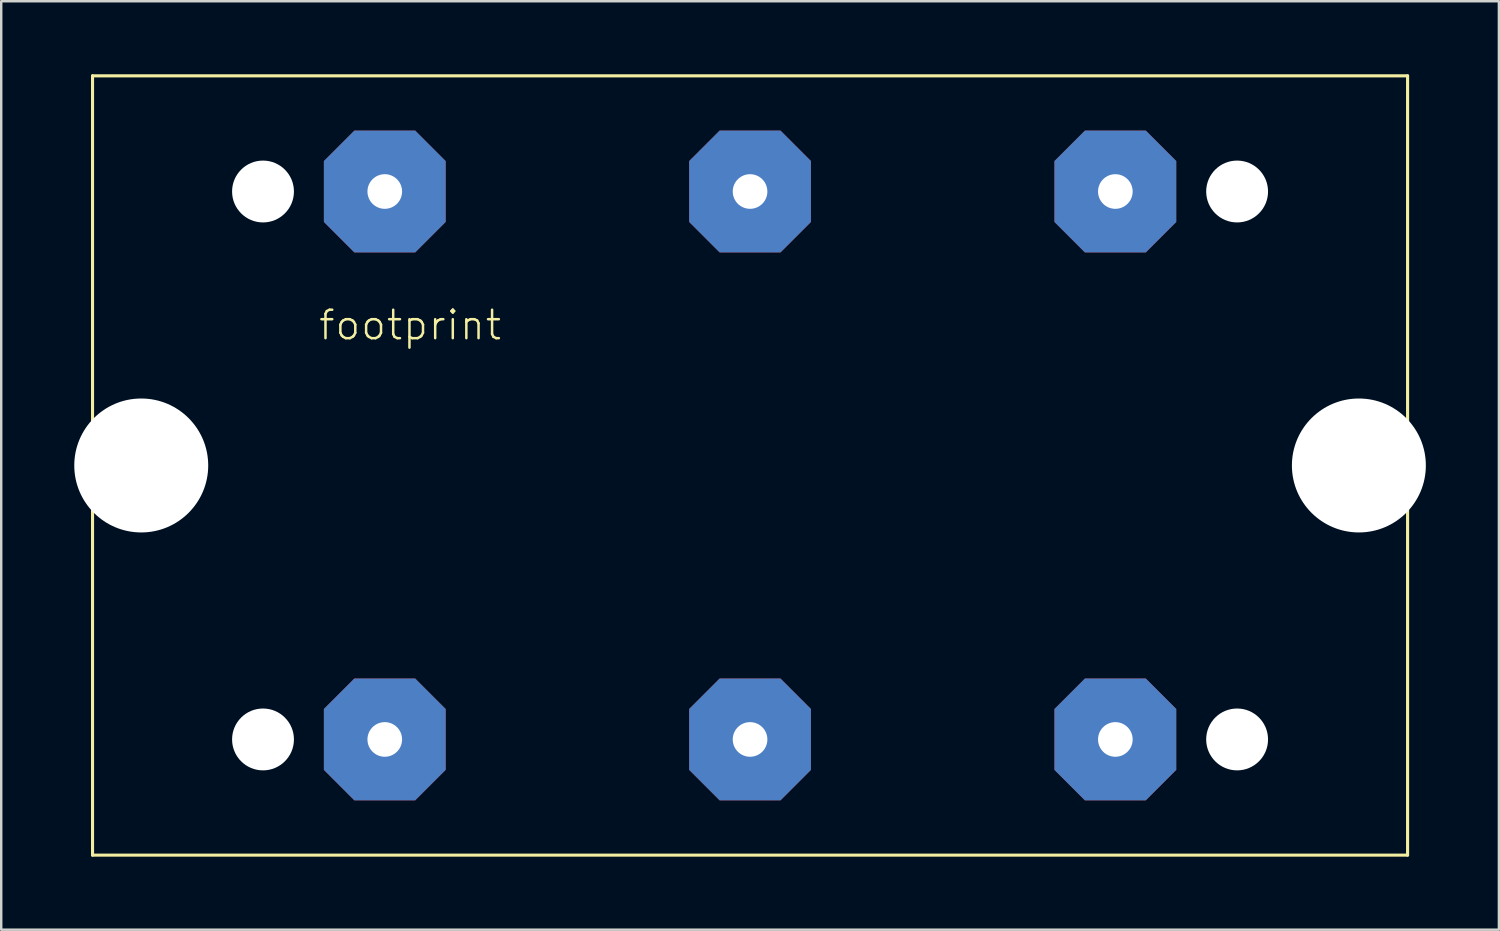
<source format=kicad_pcb>
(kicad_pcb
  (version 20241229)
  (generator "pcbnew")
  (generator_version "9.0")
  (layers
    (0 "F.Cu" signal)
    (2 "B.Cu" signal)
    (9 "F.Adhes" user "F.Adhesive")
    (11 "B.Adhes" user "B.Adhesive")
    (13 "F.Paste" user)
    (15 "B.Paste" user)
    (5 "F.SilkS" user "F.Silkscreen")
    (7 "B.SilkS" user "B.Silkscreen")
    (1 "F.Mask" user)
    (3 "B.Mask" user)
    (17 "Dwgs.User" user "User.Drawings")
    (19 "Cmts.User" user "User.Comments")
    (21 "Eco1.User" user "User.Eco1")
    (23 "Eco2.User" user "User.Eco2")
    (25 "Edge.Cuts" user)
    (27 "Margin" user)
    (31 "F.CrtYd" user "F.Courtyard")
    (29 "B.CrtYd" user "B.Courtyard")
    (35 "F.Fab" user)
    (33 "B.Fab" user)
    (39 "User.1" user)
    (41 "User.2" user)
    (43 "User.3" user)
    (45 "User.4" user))
  (footprint "footprint"
    (layer "F.Cu")
    (at 27.75 16.064)
    (property "Reference" "footprint" (at -17.78 -5.08 0) (layer "F.SilkS") (effects (font (size 1.168 1.168) (thickness 0.102)) (justify left bottom)))
    (fp_line (start -27 -16) (end 27 -16) (stroke (width 0.127) (type solid)) (layer "F.SilkS"))
    (fp_line (start -27 16) (end -27 -16) (stroke (width 0.127) (type solid)) (layer "F.SilkS"))
    (fp_line (start 27 -16) (end 27 16) (stroke (width 0.127) (type solid)) (layer "F.SilkS"))
    (fp_line (start 27 16) (end -27 16) (stroke (width 0.127) (type solid)) (layer "F.SilkS"))
    (pad "" np_thru_hole circle (at -25 0) (size 5.5 5.5) (drill 5.5) (layers "*.Cu" "*.Mask"))
    (pad "" np_thru_hole circle (at -20 -11.25) (size 2.54 2.54) (drill 2.54) (layers "*.Cu" "*.Mask"))
    (pad "" np_thru_hole circle (at -20 11.25) (size 2.54 2.54) (drill 2.54) (layers "*.Cu" "*.Mask"))
    (pad "" np_thru_hole circle (at 20 -11.25) (size 2.54 2.54) (drill 2.54) (layers "*.Cu" "*.Mask"))
    (pad "" np_thru_hole circle (at 20 11.25) (size 2.54 2.54) (drill 2.54) (layers "*.Cu" "*.Mask"))
    (pad "" np_thru_hole circle (at 25 0) (size 5.5 5.5) (drill 5.5) (layers "*.Cu" "*.Mask"))
    (pad "1" thru_hole roundrect (at 15 -11.25) (size 5 5) (drill 1.422) (layers "*.Cu" "*.Mask") (roundrect_rratio 0.25) (chamfer_ratio 0.25) (chamfer top_left top_right bottom_left bottom_right))
    (pad "2" thru_hole roundrect (at 15 11.25) (size 5 5) (drill 1.422) (layers "*.Cu" "*.Mask") (roundrect_rratio 0.25) (chamfer_ratio 0.25) (chamfer top_left top_right bottom_left bottom_right))
    (pad "3" thru_hole roundrect (at -15 -11.25) (size 5 5) (drill 1.422) (layers "*.Cu" "*.Mask") (roundrect_rratio 0.25) (chamfer_ratio 0.25) (chamfer top_left top_right bottom_left bottom_right))
    (pad "4" thru_hole roundrect (at -15 11.25) (size 5 5) (drill 1.422) (layers "*.Cu" "*.Mask") (roundrect_rratio 0.25) (chamfer_ratio 0.25) (chamfer top_left top_right bottom_left bottom_right))
    (pad "5" thru_hole roundrect (at 0 -11.25) (size 5 5) (drill 1.422) (layers "*.Cu" "*.Mask") (roundrect_rratio 0.25) (chamfer_ratio 0.25) (chamfer top_left top_right bottom_left bottom_right))
    (pad "6" thru_hole roundrect (at 0 11.25) (size 5 5) (drill 1.422) (layers "*.Cu" "*.Mask") (roundrect_rratio 0.25) (chamfer_ratio 0.25) (chamfer top_left top_right bottom_left bottom_right)))
  (gr_rect
    (start -3 -3)
    (end 58.5 35.127)
    (stroke (width 0.1) (type default))
    (fill no)
    (layer "Edge.Cuts")))
</source>
